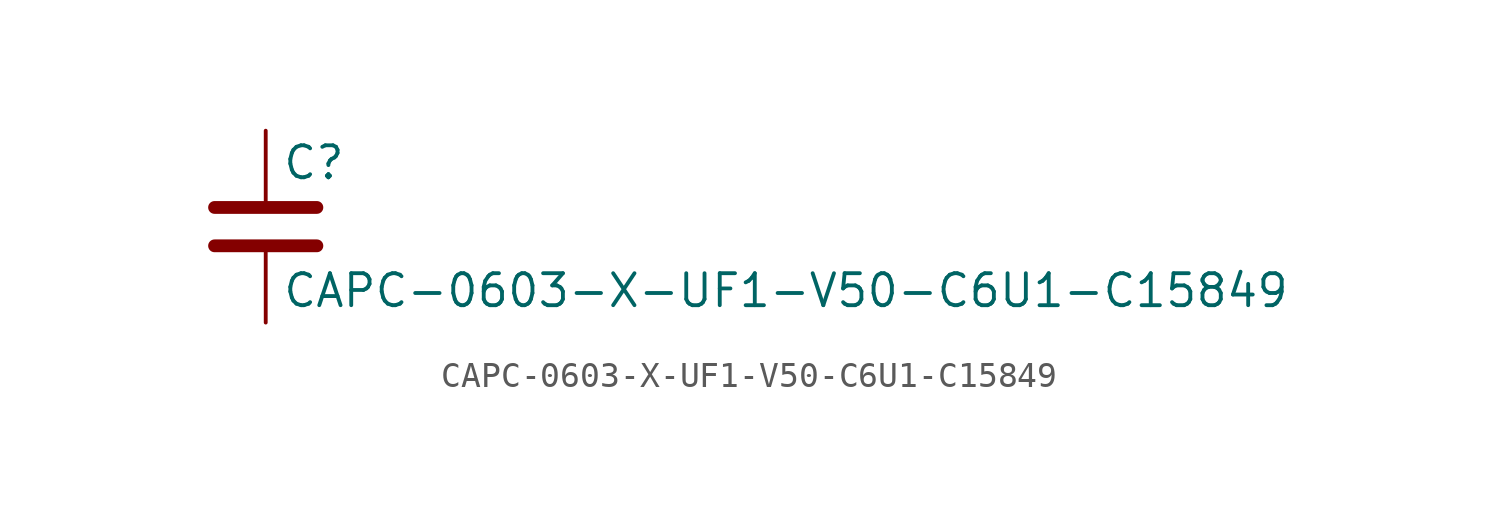
<source format=kicad_sym>
(kicad_symbol_lib
  (version 20211014)
  (generator kicad_symbol_editor)
  (symbol "CAPC-0603-X-UF1-V50-C6U1-C15849"
    (pin_numbers hide)
    (pin_names
      (offset 0.254))
    (property "Reference" "C"
      (at 0.635 2.54 0)
      (effects (font (size 1.27 1.27)) (justify left)))
    (property "Value" "CAPC-0603-X-UF1-V50-C6U1-C15849"
      (at 0.635 -2.54 0)
      (effects (font (size 1.27 1.27)) (justify left)))
    (symbol "CAPC-0603-X-UF1-V50-C6U1-C15849_0_1"
      (polyline (pts (xy -2.032 -0.762) (xy 2.032 -0.762)) (stroke (width 0.508) (type default) (color 0 0 0 0)) (fill (type none)))
      (polyline (pts (xy -2.032 0.762) (xy 2.032 0.762)) (stroke (width 0.508) (type default) (color 0 0 0 0)) (fill (type none))))
    (symbol "CAPC-0603-X-UF1-V50-C6U1-C15849_1_1"
      (pin passive line (at 0 3.81 270) (length 2.794) (name "~" (effects (font (size 1.27 1.27)))) (number "1" (effects (font (size 1.27 1.27)))))
      (pin passive line (at 0 -3.81 90) (length 2.794) (name "~" (effects (font (size 1.27 1.27)))) (number "2" (effects (font (size 1.27 1.27))))))))
</source>
